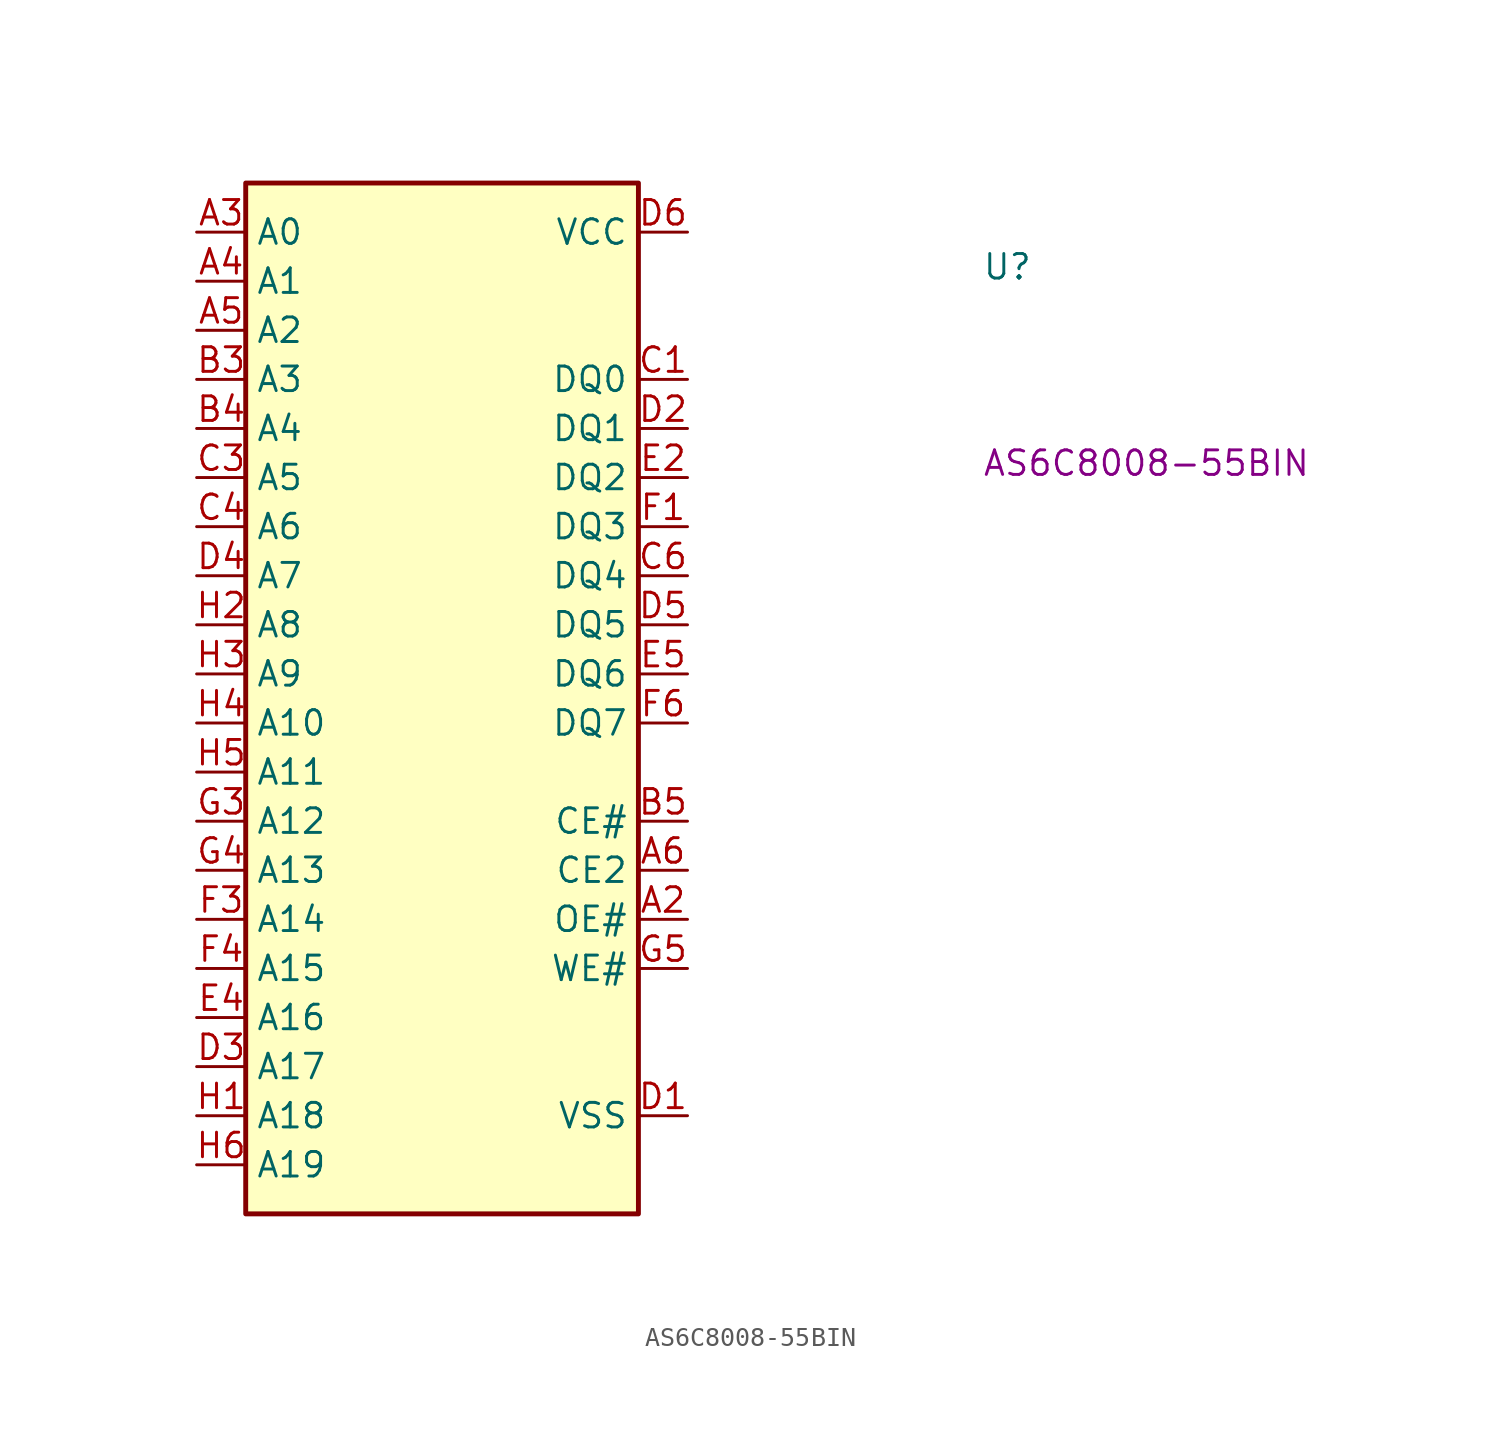
<source format=kicad_sym>
(kicad_symbol_lib
  (version 20220914)
  (generator kicad_symbol_editor)
  (symbol "AS6C8008-55BIN"
    (property "Reference" "U"
      (at 40.64 -2.54 0)
      (effects (font (size 1.27 1.27) (thickness 0.15)) (justify left bottom)))
    (property "MPN" "AS6C8008-55BIN"
      (at 40.64 -12.7 0)
      (effects (font (size 1.27 1.27) (thickness 0.15)) (justify left bottom)))
    (symbol "AS6C8008-55BIN_1_1"
      (rectangle (start 2.54 2.54) (end 22.86 -50.8) (stroke (width 0.254) (type default)) (fill (type background)))
      (pin no_connect line (at 6.35 -50.8 90) (length 2.54) hide (name "NC" (effects (font (size 1.27 1.27)))) (number "A1" (effects (font (size 1.27 1.27)))))
      (pin input line (at 25.4 -35.56 180) (length 2.54) (name "OE#" (effects (font (size 1.27 1.27)))) (number "A2" (effects (font (size 1.27 1.27)))))
      (pin input line (at 0 0 0) (length 2.54) (name "A0" (effects (font (size 1.27 1.27)))) (number "A3" (effects (font (size 1.27 1.27)))))
      (pin input line (at 0 -2.54 0) (length 2.54) (name "A1" (effects (font (size 1.27 1.27)))) (number "A4" (effects (font (size 1.27 1.27)))))
      (pin input line (at 0 -5.08 0) (length 2.54) (name "A2" (effects (font (size 1.27 1.27)))) (number "A5" (effects (font (size 1.27 1.27)))))
      (pin input line (at 25.4 -33.02 180) (length 2.54) (name "CE2" (effects (font (size 1.27 1.27)))) (number "A6" (effects (font (size 1.27 1.27)))))
      (pin no_connect line (at 8.89 -50.8 90) (length 2.54) hide (name "NC" (effects (font (size 1.27 1.27)))) (number "B1" (effects (font (size 1.27 1.27)))))
      (pin no_connect line (at 7.62 -50.8 90) (length 2.54) hide (name "NC" (effects (font (size 1.27 1.27)))) (number "B2" (effects (font (size 1.27 1.27)))))
      (pin input line (at 0 -7.62 0) (length 2.54) (name "A3" (effects (font (size 1.27 1.27)))) (number "B3" (effects (font (size 1.27 1.27)))))
      (pin input line (at 0 -10.16 0) (length 2.54) (name "A4" (effects (font (size 1.27 1.27)))) (number "B4" (effects (font (size 1.27 1.27)))))
      (pin input line (at 25.4 -30.48 180) (length 2.54) (name "CE#" (effects (font (size 1.27 1.27)))) (number "B5" (effects (font (size 1.27 1.27)))))
      (pin no_connect line (at 11.43 -50.8 90) (length 2.54) hide (name "NC" (effects (font (size 1.27 1.27)))) (number "B6" (effects (font (size 1.27 1.27)))))
      (pin bidirectional line (at 25.4 -7.62 180) (length 2.54) (name "DQ0" (effects (font (size 1.27 1.27)))) (number "C1" (effects (font (size 1.27 1.27)))))
      (pin no_connect line (at 10.16 -50.8 90) (length 2.54) hide (name "NC" (effects (font (size 1.27 1.27)))) (number "C2" (effects (font (size 1.27 1.27)))))
      (pin input line (at 0 -12.7 0) (length 2.54) (name "A5" (effects (font (size 1.27 1.27)))) (number "C3" (effects (font (size 1.27 1.27)))))
      (pin input line (at 0 -15.24 0) (length 2.54) (name "A6" (effects (font (size 1.27 1.27)))) (number "C4" (effects (font (size 1.27 1.27)))))
      (pin no_connect line (at 12.7 -50.8 90) (length 2.54) hide (name "NC" (effects (font (size 1.27 1.27)))) (number "C5" (effects (font (size 1.27 1.27)))))
      (pin bidirectional line (at 25.4 -17.78 180) (length 2.54) (name "DQ4" (effects (font (size 1.27 1.27)))) (number "C6" (effects (font (size 1.27 1.27)))))
      (pin passive line (at 25.4 -45.72 180) (length 2.54) (name "VSS" (effects (font (size 1.27 1.27)))) (number "D1" (effects (font (size 1.27 1.27)))))
      (pin bidirectional line (at 25.4 -10.16 180) (length 2.54) (name "DQ1" (effects (font (size 1.27 1.27)))) (number "D2" (effects (font (size 1.27 1.27)))))
      (pin input line (at 0 -43.18 0) (length 2.54) (name "A17" (effects (font (size 1.27 1.27)))) (number "D3" (effects (font (size 1.27 1.27)))))
      (pin input line (at 0 -17.78 0) (length 2.54) (name "A7" (effects (font (size 1.27 1.27)))) (number "D4" (effects (font (size 1.27 1.27)))))
      (pin bidirectional line (at 25.4 -20.32 180) (length 2.54) (name "DQ5" (effects (font (size 1.27 1.27)))) (number "D5" (effects (font (size 1.27 1.27)))))
      (pin power_in line (at 25.4 0 180) (length 2.54) (name "VCC" (effects (font (size 1.27 1.27)))) (number "D6" (effects (font (size 1.27 1.27)))))
      (pin passive line (at 25.4 0 180) (length 2.54) hide (name "VCC" (effects (font (size 1.27 1.27)))) (number "E1" (effects (font (size 1.27 1.27)))))
      (pin bidirectional line (at 25.4 -12.7 180) (length 2.54) (name "DQ2" (effects (font (size 1.27 1.27)))) (number "E2" (effects (font (size 1.27 1.27)))))
      (pin no_connect line (at 13.97 -50.8 90) (length 2.54) hide (name "NC" (effects (font (size 1.27 1.27)))) (number "E3" (effects (font (size 1.27 1.27)))))
      (pin input line (at 0 -40.64 0) (length 2.54) (name "A16" (effects (font (size 1.27 1.27)))) (number "E4" (effects (font (size 1.27 1.27)))))
      (pin bidirectional line (at 25.4 -22.86 180) (length 2.54) (name "DQ6" (effects (font (size 1.27 1.27)))) (number "E5" (effects (font (size 1.27 1.27)))))
      (pin passive line (at 25.4 -45.72 180) (length 2.54) hide (name "VSS" (effects (font (size 1.27 1.27)))) (number "E6" (effects (font (size 1.27 1.27)))))
      (pin bidirectional line (at 25.4 -15.24 180) (length 2.54) (name "DQ3" (effects (font (size 1.27 1.27)))) (number "F1" (effects (font (size 1.27 1.27)))))
      (pin no_connect line (at 15.24 -50.8 90) (length 2.54) hide (name "NC" (effects (font (size 1.27 1.27)))) (number "F2" (effects (font (size 1.27 1.27)))))
      (pin input line (at 0 -35.56 0) (length 2.54) (name "A14" (effects (font (size 1.27 1.27)))) (number "F3" (effects (font (size 1.27 1.27)))))
      (pin input line (at 0 -38.1 0) (length 2.54) (name "A15" (effects (font (size 1.27 1.27)))) (number "F4" (effects (font (size 1.27 1.27)))))
      (pin no_connect line (at 16.51 -50.8 90) (length 2.54) hide (name "NC" (effects (font (size 1.27 1.27)))) (number "F5" (effects (font (size 1.27 1.27)))))
      (pin bidirectional line (at 25.4 -25.4 180) (length 2.54) (name "DQ7" (effects (font (size 1.27 1.27)))) (number "F6" (effects (font (size 1.27 1.27)))))
      (pin no_connect line (at 17.78 -50.8 90) (length 2.54) hide (name "NC" (effects (font (size 1.27 1.27)))) (number "G1" (effects (font (size 1.27 1.27)))))
      (pin no_connect line (at 19.05 -50.8 90) (length 2.54) hide (name "NC" (effects (font (size 1.27 1.27)))) (number "G2" (effects (font (size 1.27 1.27)))))
      (pin input line (at 0 -30.48 0) (length 2.54) (name "A12" (effects (font (size 1.27 1.27)))) (number "G3" (effects (font (size 1.27 1.27)))))
      (pin input line (at 0 -33.02 0) (length 2.54) (name "A13" (effects (font (size 1.27 1.27)))) (number "G4" (effects (font (size 1.27 1.27)))))
      (pin input line (at 25.4 -38.1 180) (length 2.54) (name "WE#" (effects (font (size 1.27 1.27)))) (number "G5" (effects (font (size 1.27 1.27)))))
      (pin no_connect line (at 20.32 -50.8 90) (length 2.54) hide (name "NC" (effects (font (size 1.27 1.27)))) (number "G6" (effects (font (size 1.27 1.27)))))
      (pin input line (at 0 -45.72 0) (length 2.54) (name "A18" (effects (font (size 1.27 1.27)))) (number "H1" (effects (font (size 1.27 1.27)))))
      (pin input line (at 0 -20.32 0) (length 2.54) (name "A8" (effects (font (size 1.27 1.27)))) (number "H2" (effects (font (size 1.27 1.27)))))
      (pin input line (at 0 -22.86 0) (length 2.54) (name "A9" (effects (font (size 1.27 1.27)))) (number "H3" (effects (font (size 1.27 1.27)))))
      (pin input line (at 0 -25.4 0) (length 2.54) (name "A10" (effects (font (size 1.27 1.27)))) (number "H4" (effects (font (size 1.27 1.27)))))
      (pin input line (at 0 -27.94 0) (length 2.54) (name "A11" (effects (font (size 1.27 1.27)))) (number "H5" (effects (font (size 1.27 1.27)))))
      (pin input line (at 0 -48.26 0) (length 2.54) (name "A19" (effects (font (size 1.27 1.27)))) (number "H6" (effects (font (size 1.27 1.27))))))))
</source>
